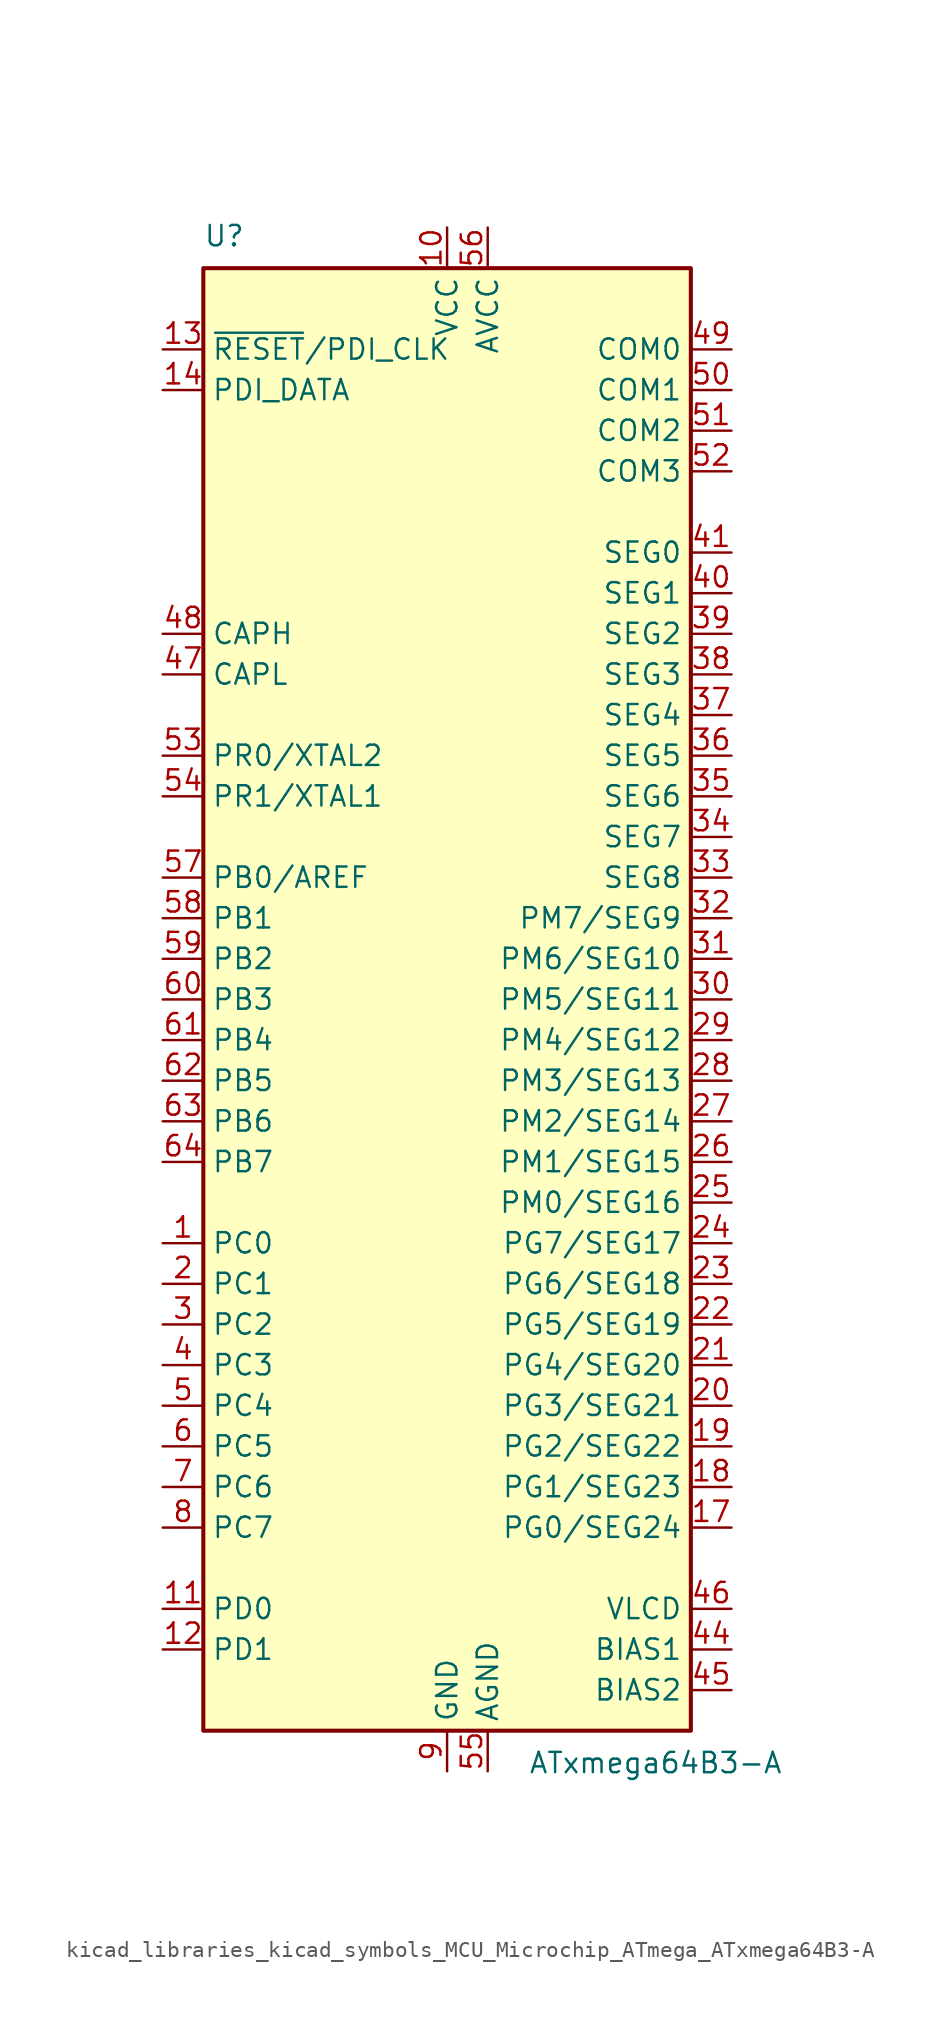
<source format=kicad_sym>
(kicad_symbol_lib
  (version 20220914)
  (generator kicad_symbol_editor)
  (symbol "kicad_libraries_kicad_symbols_MCU_Microchip_ATmega_ATxmega64B3-A"
    (property "Reference" "U"
      (at -15.24 46.99 0)
      (effects (font (size 1.27 1.27)) (justify left bottom)))
    (property "Value" "ATxmega64B3-A"
      (at 5.08 -46.99 0)
      (effects (font (size 1.27 1.27)) (justify left top)))
    (symbol "kicad_libraries_kicad_symbols_MCU_Microchip_ATmega_ATxmega64B3-A_0_1"
      (rectangle (start -15.24 -45.72) (end 15.24 45.72) (stroke (width 0.254) (type default)) (fill (type background))))
    (symbol "kicad_libraries_kicad_symbols_MCU_Microchip_ATmega_ATxmega64B3-A_1_1"
      (pin bidirectional line (at -17.78 -15.24 0) (length 2.54) (name "PC0" (effects (font (size 1.27 1.27)))) (number "1" (effects (font (size 1.27 1.27)))))
      (pin power_in line (at 0 48.26 270) (length 2.54) (name "VCC" (effects (font (size 1.27 1.27)))) (number "10" (effects (font (size 1.27 1.27)))))
      (pin bidirectional line (at -17.78 -38.1 0) (length 2.54) (name "PD0" (effects (font (size 1.27 1.27)))) (number "11" (effects (font (size 1.27 1.27)))))
      (pin bidirectional line (at -17.78 -40.64 0) (length 2.54) (name "PD1" (effects (font (size 1.27 1.27)))) (number "12" (effects (font (size 1.27 1.27)))))
      (pin input line (at -17.78 40.64 0) (length 2.54) (name "~{RESET}/PDI_CLK" (effects (font (size 1.27 1.27)))) (number "13" (effects (font (size 1.27 1.27)))))
      (pin bidirectional line (at -17.78 38.1 0) (length 2.54) (name "PDI_DATA" (effects (font (size 1.27 1.27)))) (number "14" (effects (font (size 1.27 1.27)))))
      (pin passive line (at 0 -48.26 90) (length 2.54) hide (name "GND" (effects (font (size 1.27 1.27)))) (number "15" (effects (font (size 1.27 1.27)))))
      (pin passive line (at 0 48.26 270) (length 2.54) hide (name "VCC" (effects (font (size 1.27 1.27)))) (number "16" (effects (font (size 1.27 1.27)))))
      (pin bidirectional line (at 17.78 -33.02 180) (length 2.54) (name "PG0/SEG24" (effects (font (size 1.27 1.27)))) (number "17" (effects (font (size 1.27 1.27)))))
      (pin bidirectional line (at 17.78 -30.48 180) (length 2.54) (name "PG1/SEG23" (effects (font (size 1.27 1.27)))) (number "18" (effects (font (size 1.27 1.27)))))
      (pin bidirectional line (at 17.78 -27.94 180) (length 2.54) (name "PG2/SEG22" (effects (font (size 1.27 1.27)))) (number "19" (effects (font (size 1.27 1.27)))))
      (pin bidirectional line (at -17.78 -17.78 0) (length 2.54) (name "PC1" (effects (font (size 1.27 1.27)))) (number "2" (effects (font (size 1.27 1.27)))))
      (pin bidirectional line (at 17.78 -25.4 180) (length 2.54) (name "PG3/SEG21" (effects (font (size 1.27 1.27)))) (number "20" (effects (font (size 1.27 1.27)))))
      (pin bidirectional line (at 17.78 -22.86 180) (length 2.54) (name "PG4/SEG20" (effects (font (size 1.27 1.27)))) (number "21" (effects (font (size 1.27 1.27)))))
      (pin bidirectional line (at 17.78 -20.32 180) (length 2.54) (name "PG5/SEG19" (effects (font (size 1.27 1.27)))) (number "22" (effects (font (size 1.27 1.27)))))
      (pin bidirectional line (at 17.78 -17.78 180) (length 2.54) (name "PG6/SEG18" (effects (font (size 1.27 1.27)))) (number "23" (effects (font (size 1.27 1.27)))))
      (pin bidirectional line (at 17.78 -15.24 180) (length 2.54) (name "PG7/SEG17" (effects (font (size 1.27 1.27)))) (number "24" (effects (font (size 1.27 1.27)))))
      (pin bidirectional line (at 17.78 -12.7 180) (length 2.54) (name "PM0/SEG16" (effects (font (size 1.27 1.27)))) (number "25" (effects (font (size 1.27 1.27)))))
      (pin bidirectional line (at 17.78 -10.16 180) (length 2.54) (name "PM1/SEG15" (effects (font (size 1.27 1.27)))) (number "26" (effects (font (size 1.27 1.27)))))
      (pin bidirectional line (at 17.78 -7.62 180) (length 2.54) (name "PM2/SEG14" (effects (font (size 1.27 1.27)))) (number "27" (effects (font (size 1.27 1.27)))))
      (pin bidirectional line (at 17.78 -5.08 180) (length 2.54) (name "PM3/SEG13" (effects (font (size 1.27 1.27)))) (number "28" (effects (font (size 1.27 1.27)))))
      (pin bidirectional line (at 17.78 -2.54 180) (length 2.54) (name "PM4/SEG12" (effects (font (size 1.27 1.27)))) (number "29" (effects (font (size 1.27 1.27)))))
      (pin bidirectional line (at -17.78 -20.32 0) (length 2.54) (name "PC2" (effects (font (size 1.27 1.27)))) (number "3" (effects (font (size 1.27 1.27)))))
      (pin bidirectional line (at 17.78 0 180) (length 2.54) (name "PM5/SEG11" (effects (font (size 1.27 1.27)))) (number "30" (effects (font (size 1.27 1.27)))))
      (pin bidirectional line (at 17.78 2.54 180) (length 2.54) (name "PM6/SEG10" (effects (font (size 1.27 1.27)))) (number "31" (effects (font (size 1.27 1.27)))))
      (pin bidirectional line (at 17.78 5.08 180) (length 2.54) (name "PM7/SEG9" (effects (font (size 1.27 1.27)))) (number "32" (effects (font (size 1.27 1.27)))))
      (pin output line (at 17.78 7.62 180) (length 2.54) (name "SEG8" (effects (font (size 1.27 1.27)))) (number "33" (effects (font (size 1.27 1.27)))))
      (pin output line (at 17.78 10.16 180) (length 2.54) (name "SEG7" (effects (font (size 1.27 1.27)))) (number "34" (effects (font (size 1.27 1.27)))))
      (pin output line (at 17.78 12.7 180) (length 2.54) (name "SEG6" (effects (font (size 1.27 1.27)))) (number "35" (effects (font (size 1.27 1.27)))))
      (pin output line (at 17.78 15.24 180) (length 2.54) (name "SEG5" (effects (font (size 1.27 1.27)))) (number "36" (effects (font (size 1.27 1.27)))))
      (pin output line (at 17.78 17.78 180) (length 2.54) (name "SEG4" (effects (font (size 1.27 1.27)))) (number "37" (effects (font (size 1.27 1.27)))))
      (pin output line (at 17.78 20.32 180) (length 2.54) (name "SEG3" (effects (font (size 1.27 1.27)))) (number "38" (effects (font (size 1.27 1.27)))))
      (pin output line (at 17.78 22.86 180) (length 2.54) (name "SEG2" (effects (font (size 1.27 1.27)))) (number "39" (effects (font (size 1.27 1.27)))))
      (pin bidirectional line (at -17.78 -22.86 0) (length 2.54) (name "PC3" (effects (font (size 1.27 1.27)))) (number "4" (effects (font (size 1.27 1.27)))))
      (pin output line (at 17.78 25.4 180) (length 2.54) (name "SEG1" (effects (font (size 1.27 1.27)))) (number "40" (effects (font (size 1.27 1.27)))))
      (pin output line (at 17.78 27.94 180) (length 2.54) (name "SEG0" (effects (font (size 1.27 1.27)))) (number "41" (effects (font (size 1.27 1.27)))))
      (pin passive line (at 0 -48.26 90) (length 2.54) hide (name "GND" (effects (font (size 1.27 1.27)))) (number "42" (effects (font (size 1.27 1.27)))))
      (pin passive line (at 0 48.26 270) (length 2.54) hide (name "VCC" (effects (font (size 1.27 1.27)))) (number "43" (effects (font (size 1.27 1.27)))))
      (pin power_out line (at 17.78 -40.64 180) (length 2.54) (name "BIAS1" (effects (font (size 1.27 1.27)))) (number "44" (effects (font (size 1.27 1.27)))))
      (pin power_out line (at 17.78 -43.18 180) (length 2.54) (name "BIAS2" (effects (font (size 1.27 1.27)))) (number "45" (effects (font (size 1.27 1.27)))))
      (pin power_out line (at 17.78 -38.1 180) (length 2.54) (name "VLCD" (effects (font (size 1.27 1.27)))) (number "46" (effects (font (size 1.27 1.27)))))
      (pin passive line (at -17.78 20.32 0) (length 2.54) (name "CAPL" (effects (font (size 1.27 1.27)))) (number "47" (effects (font (size 1.27 1.27)))))
      (pin passive line (at -17.78 22.86 0) (length 2.54) (name "CAPH" (effects (font (size 1.27 1.27)))) (number "48" (effects (font (size 1.27 1.27)))))
      (pin output line (at 17.78 40.64 180) (length 2.54) (name "COM0" (effects (font (size 1.27 1.27)))) (number "49" (effects (font (size 1.27 1.27)))))
      (pin bidirectional line (at -17.78 -25.4 0) (length 2.54) (name "PC4" (effects (font (size 1.27 1.27)))) (number "5" (effects (font (size 1.27 1.27)))))
      (pin output line (at 17.78 38.1 180) (length 2.54) (name "COM1" (effects (font (size 1.27 1.27)))) (number "50" (effects (font (size 1.27 1.27)))))
      (pin output line (at 17.78 35.56 180) (length 2.54) (name "COM2" (effects (font (size 1.27 1.27)))) (number "51" (effects (font (size 1.27 1.27)))))
      (pin output line (at 17.78 33.02 180) (length 2.54) (name "COM3" (effects (font (size 1.27 1.27)))) (number "52" (effects (font (size 1.27 1.27)))))
      (pin bidirectional line (at -17.78 15.24 0) (length 2.54) (name "PR0/XTAL2" (effects (font (size 1.27 1.27)))) (number "53" (effects (font (size 1.27 1.27)))))
      (pin bidirectional line (at -17.78 12.7 0) (length 2.54) (name "PR1/XTAL1" (effects (font (size 1.27 1.27)))) (number "54" (effects (font (size 1.27 1.27)))))
      (pin power_in line (at 2.54 -48.26 90) (length 2.54) (name "AGND" (effects (font (size 1.27 1.27)))) (number "55" (effects (font (size 1.27 1.27)))))
      (pin power_in line (at 2.54 48.26 270) (length 2.54) (name "AVCC" (effects (font (size 1.27 1.27)))) (number "56" (effects (font (size 1.27 1.27)))))
      (pin bidirectional line (at -17.78 7.62 0) (length 2.54) (name "PB0/AREF" (effects (font (size 1.27 1.27)))) (number "57" (effects (font (size 1.27 1.27)))))
      (pin bidirectional line (at -17.78 5.08 0) (length 2.54) (name "PB1" (effects (font (size 1.27 1.27)))) (number "58" (effects (font (size 1.27 1.27)))))
      (pin bidirectional line (at -17.78 2.54 0) (length 2.54) (name "PB2" (effects (font (size 1.27 1.27)))) (number "59" (effects (font (size 1.27 1.27)))))
      (pin bidirectional line (at -17.78 -27.94 0) (length 2.54) (name "PC5" (effects (font (size 1.27 1.27)))) (number "6" (effects (font (size 1.27 1.27)))))
      (pin bidirectional line (at -17.78 0 0) (length 2.54) (name "PB3" (effects (font (size 1.27 1.27)))) (number "60" (effects (font (size 1.27 1.27)))))
      (pin bidirectional line (at -17.78 -2.54 0) (length 2.54) (name "PB4" (effects (font (size 1.27 1.27)))) (number "61" (effects (font (size 1.27 1.27)))))
      (pin bidirectional line (at -17.78 -5.08 0) (length 2.54) (name "PB5" (effects (font (size 1.27 1.27)))) (number "62" (effects (font (size 1.27 1.27)))))
      (pin bidirectional line (at -17.78 -7.62 0) (length 2.54) (name "PB6" (effects (font (size 1.27 1.27)))) (number "63" (effects (font (size 1.27 1.27)))))
      (pin bidirectional line (at -17.78 -10.16 0) (length 2.54) (name "PB7" (effects (font (size 1.27 1.27)))) (number "64" (effects (font (size 1.27 1.27)))))
      (pin bidirectional line (at -17.78 -30.48 0) (length 2.54) (name "PC6" (effects (font (size 1.27 1.27)))) (number "7" (effects (font (size 1.27 1.27)))))
      (pin bidirectional line (at -17.78 -33.02 0) (length 2.54) (name "PC7" (effects (font (size 1.27 1.27)))) (number "8" (effects (font (size 1.27 1.27)))))
      (pin power_in line (at 0 -48.26 90) (length 2.54) (name "GND" (effects (font (size 1.27 1.27)))) (number "9" (effects (font (size 1.27 1.27))))))))
</source>
